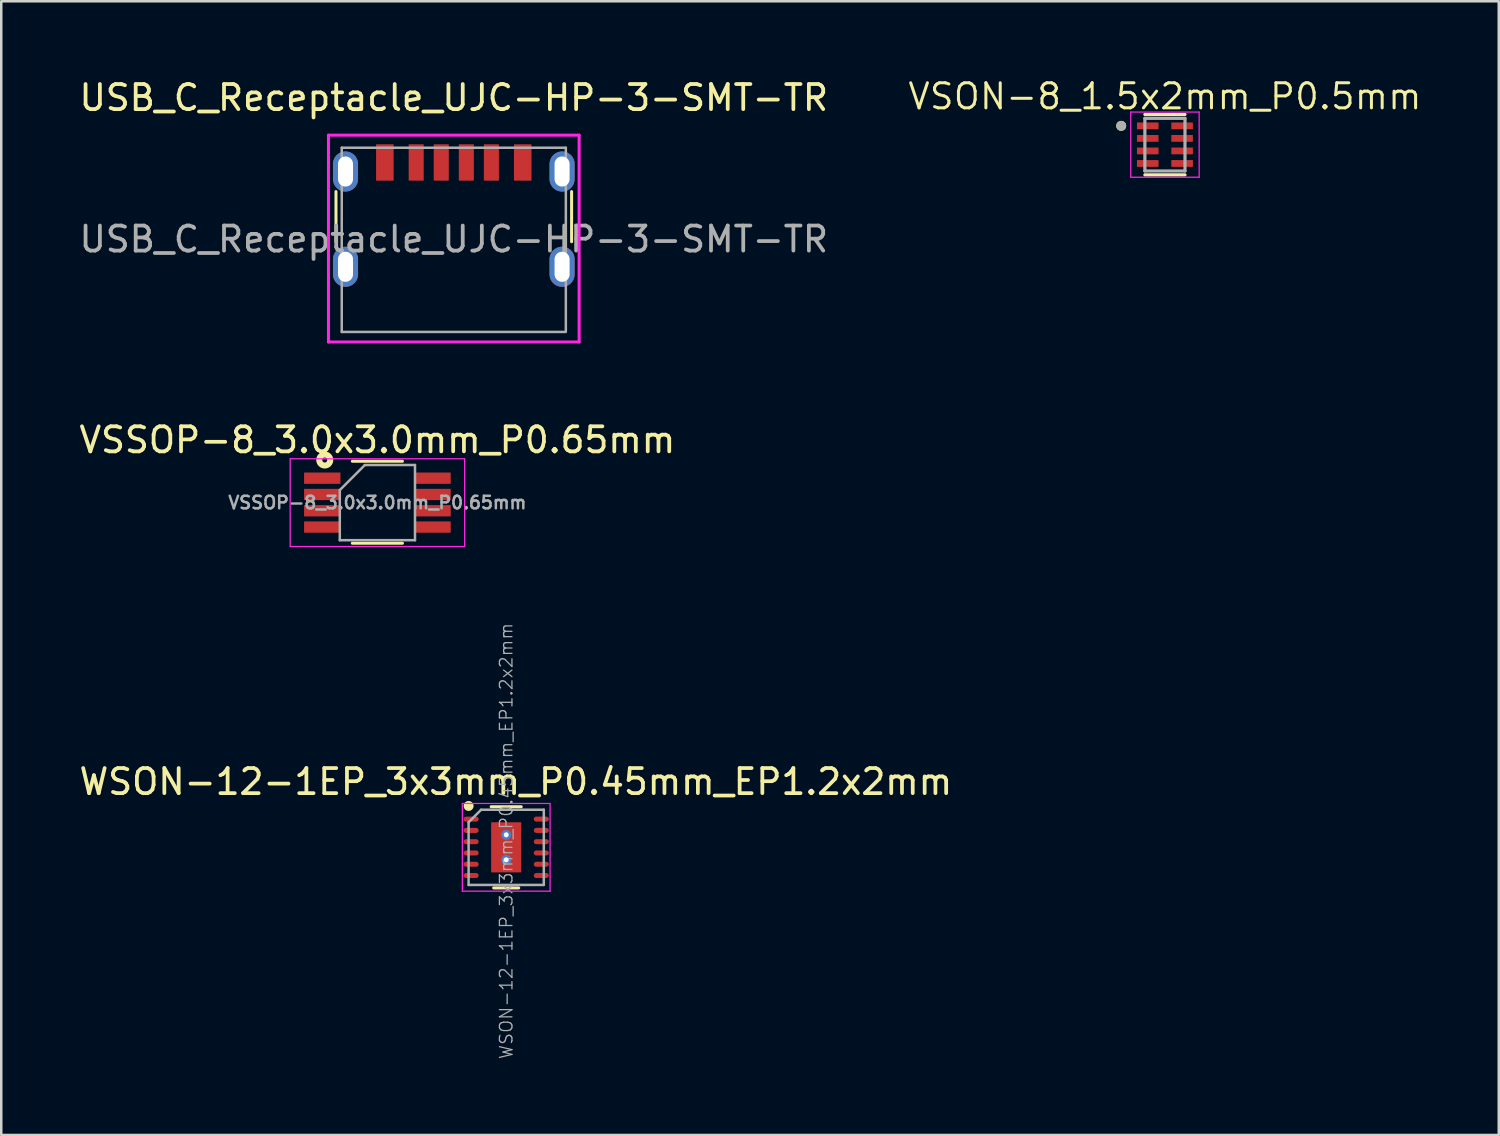
<source format=kicad_pcb>
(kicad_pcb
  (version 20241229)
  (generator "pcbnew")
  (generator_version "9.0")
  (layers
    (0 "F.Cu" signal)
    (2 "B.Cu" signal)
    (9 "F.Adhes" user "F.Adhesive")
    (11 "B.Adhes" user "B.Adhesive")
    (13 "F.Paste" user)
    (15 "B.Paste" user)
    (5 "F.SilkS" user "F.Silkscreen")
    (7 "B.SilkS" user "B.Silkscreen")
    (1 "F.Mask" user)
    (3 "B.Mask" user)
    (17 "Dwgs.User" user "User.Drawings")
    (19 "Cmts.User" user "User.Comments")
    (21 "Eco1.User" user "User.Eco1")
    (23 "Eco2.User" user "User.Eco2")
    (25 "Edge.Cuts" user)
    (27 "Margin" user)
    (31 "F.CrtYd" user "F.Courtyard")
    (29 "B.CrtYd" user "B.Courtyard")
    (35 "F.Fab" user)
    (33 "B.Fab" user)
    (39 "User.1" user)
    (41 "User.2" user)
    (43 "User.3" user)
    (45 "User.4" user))
  (footprint "USB_C_Receptacle_UJC-HP-3-SMT-TR"
    (layer "F.Cu")
    (at 15.054 7.593)
    (property "Reference" "USB_C_Receptacle_UJC-HP-3-SMT-TR" (at 0 -6.745 0) (layer "F.SilkS") (effects (font (size 1 1) (thickness 0.15))))
    (attr smd)
    (fp_line (start -4.7 -3) (end -4.7 -1) (stroke (width 0.12) (type solid)) (layer "F.SilkS"))
    (fp_line (start 4.7 -3) (end 4.7 -1) (stroke (width 0.12) (type solid)) (layer "F.SilkS"))
    (fp_line (start -5 -5.25) (end 5 -5.25) (stroke (width 0.12) (type solid)) (layer "F.CrtYd"))
    (fp_line (start -5 3) (end -5 -5.25) (stroke (width 0.12) (type solid)) (layer "F.CrtYd"))
    (fp_line (start 5 -5.25) (end 5 3) (stroke (width 0.12) (type solid)) (layer "F.CrtYd"))
    (fp_line (start 5 3) (end -5 3) (stroke (width 0.12) (type solid)) (layer "F.CrtYd"))
    (fp_line (start -4.47 -4.75) (end -4.47 2.6) (stroke (width 0.1) (type solid)) (layer "F.Fab"))
    (fp_line (start -4.47 -4.75) (end 4.47 -4.75) (stroke (width 0.1) (type solid)) (layer "F.Fab"))
    (fp_line (start -4.47 2.6) (end 4.47 2.6) (stroke (width 0.1) (type solid)) (layer "F.Fab"))
    (fp_line (start 4.47 -4.75) (end 4.47 2.55) (stroke (width 0.1) (type solid)) (layer "F.Fab"))
    (fp_text user "${REFERENCE}" (at 0 -1.1 0) (layer "F.Fab") (effects (font (size 1 1) (thickness 0.15))))
    (pad "A1" smd rect (at 2.75 -4.162) (size 0.7 1.45) (layers "F.Cu" "F.Mask" "F.Paste"))
    (pad "A5" smd rect (at 0.5 -4.162) (size 0.6 1.45) (layers "F.Cu" "F.Mask" "F.Paste"))
    (pad "A9" smd rect (at 1.5 -4.162) (size 0.6 1.45) (layers "F.Cu" "F.Mask" "F.Paste"))
    (pad "B1" smd rect (at -2.75 -4.162) (size 0.7 1.45) (layers "F.Cu" "F.Mask" "F.Paste"))
    (pad "B5" smd rect (at -0.5 -4.162) (size 0.6 1.45) (layers "F.Cu" "F.Mask" "F.Paste"))
    (pad "B9" smd rect (at -1.5 -4.162) (size 0.6 1.45) (layers "F.Cu" "F.Mask" "F.Paste"))
    (pad "S1" thru_hole oval (at -4.32 -3.8) (size 1 1.6) (drill oval 0.6 1.2) (layers "*.Cu" "*.Mask"))
    (pad "S1" thru_hole oval (at -4.32 0) (size 1 1.6) (drill oval 0.6 1.2) (layers "*.Cu" "*.Mask"))
    (pad "S1" thru_hole oval (at 4.32 -3.8) (size 1 1.6) (drill oval 0.6 1.2) (layers "*.Cu" "*.Mask"))
    (pad "S1" thru_hole oval (at 4.32 0) (size 1 1.6) (drill oval 0.6 1.2) (layers "*.Cu" "*.Mask")))
  (footprint "VSON-8_1.5x2mm_P0.5mm"
    (layer "F.Cu")
    (at 43.425 2.721)
    (property "Reference" "VSON-8_1.5x2mm_P0.5mm" (at 0 -1.925 0) (layer "F.SilkS") (effects (font (size 1 1) (thickness 0.12))))
    (attr through_hole)
    (fp_line (start -0.8 -1.205) (end 0.8 -1.205) (stroke (width 0.127) (type solid)) (layer "F.SilkS"))
    (fp_line (start -0.8 1.205) (end 0.8 1.205) (stroke (width 0.127) (type solid)) (layer "F.SilkS"))
    (fp_circle (center -1.745 -0.75) (end -1.645 -0.75) (stroke (width 0.2) (type solid)) (fill no) (layer "F.SilkS"))
    (fp_line (start -1.365 -1.3) (end -1.365 1.3) (stroke (width 0.05) (type solid)) (layer "F.CrtYd"))
    (fp_line (start -1.365 -1.3) (end 1.365 -1.3) (stroke (width 0.05) (type solid)) (layer "F.CrtYd"))
    (fp_line (start -1.365 1.3) (end 1.365 1.3) (stroke (width 0.05) (type solid)) (layer "F.CrtYd"))
    (fp_line (start 1.365 -1.3) (end 1.365 1.3) (stroke (width 0.05) (type solid)) (layer "F.CrtYd"))
    (fp_line (start -0.8 -1.05) (end -0.8 1.05) (stroke (width 0.127) (type solid)) (layer "F.Fab"))
    (fp_line (start -0.8 -1.05) (end 0.8 -1.05) (stroke (width 0.127) (type solid)) (layer "F.Fab"))
    (fp_line (start -0.8 1.05) (end 0.8 1.05) (stroke (width 0.127) (type solid)) (layer "F.Fab"))
    (fp_line (start 0.8 -1.05) (end 0.8 1.05) (stroke (width 0.127) (type solid)) (layer "F.Fab"))
    (fp_circle (center -1.745 -0.75) (end -1.645 -0.75) (stroke (width 0.2) (type solid)) (fill no) (layer "F.Fab"))
    (pad "1" smd rect (at -0.685 -0.75) (size 0.86 0.27) (layers "F.Cu" "F.Mask" "F.Paste"))
    (pad "2" smd rect (at -0.685 -0.25) (size 0.86 0.27) (layers "F.Cu" "F.Mask" "F.Paste"))
    (pad "3" smd rect (at -0.685 0.25) (size 0.86 0.27) (layers "F.Cu" "F.Mask" "F.Paste"))
    (pad "4" smd rect (at -0.685 0.75) (size 0.86 0.27) (layers "F.Cu" "F.Mask" "F.Paste"))
    (pad "5" smd rect (at 0.685 0.75) (size 0.86 0.27) (layers "F.Cu" "F.Mask" "F.Paste"))
    (pad "6" smd rect (at 0.685 0.25) (size 0.86 0.27) (layers "F.Cu" "F.Mask" "F.Paste"))
    (pad "7" smd rect (at 0.685 -0.25) (size 0.86 0.27) (layers "F.Cu" "F.Mask" "F.Paste"))
    (pad "8" smd rect (at 0.685 -0.75) (size 0.86 0.27) (layers "F.Cu" "F.Mask" "F.Paste")))
  (footprint "VSSOP-8_3.0x3.0mm_P0.65mm"
    (layer "F.Cu")
    (at 12.006 17.002)
    (property "Reference" "VSSOP-8_3.0x3.0mm_P0.65mm" (at 0 -2.5 0) (layer "F.SilkS") (effects (font (size 1 1) (thickness 0.15))))
    (attr smd)
    (fp_line (start 1 -1.65) (end -1 -1.65) (stroke (width 0.12) (type solid)) (layer "F.SilkS"))
    (fp_line (start 1 1.62) (end -1 1.62) (stroke (width 0.12) (type solid)) (layer "F.SilkS"))
    (fp_circle (center -2.1 -1.7) (end -2 -1.7) (stroke (width 0.24) (type solid)) (fill no) (layer "F.SilkS"))
    (fp_line (start -3.48 -1.75) (end 3.48 -1.75) (stroke (width 0.05) (type solid)) (layer "F.CrtYd"))
    (fp_line (start -3.48 1.75) (end -3.48 -1.75) (stroke (width 0.05) (type solid)) (layer "F.CrtYd"))
    (fp_line (start 3.48 -1.75) (end 3.48 1.75) (stroke (width 0.05) (type solid)) (layer "F.CrtYd"))
    (fp_line (start 3.48 1.75) (end -3.48 1.75) (stroke (width 0.05) (type solid)) (layer "F.CrtYd"))
    (fp_line (start -1.5 1.5) (end -1.5 -0.5) (stroke (width 0.1) (type solid)) (layer "F.Fab"))
    (fp_line (start -0.5 -1.5) (end -1.5 -0.5) (stroke (width 0.1) (type solid)) (layer "F.Fab"))
    (fp_line (start -0.5 -1.5) (end 1.5 -1.5) (stroke (width 0.1) (type solid)) (layer "F.Fab"))
    (fp_line (start 1.5 -1.5) (end 1.5 1.5) (stroke (width 0.1) (type solid)) (layer "F.Fab"))
    (fp_line (start 1.5 1.5) (end -1.5 1.5) (stroke (width 0.1) (type solid)) (layer "F.Fab"))
    (fp_text user "${REFERENCE}" (at 0 0 0) (layer "F.Fab") (effects (font (size 0.5 0.5) (thickness 0.1))))
    (pad "1" smd rect (at -2.2 -0.975 270) (size 0.45 1.45) (layers "F.Cu" "F.Mask" "F.Paste"))
    (pad "2" smd rect (at -2.2 -0.325 270) (size 0.45 1.45) (layers "F.Cu" "F.Mask" "F.Paste"))
    (pad "3" smd rect (at -2.2 0.325 270) (size 0.45 1.45) (layers "F.Cu" "F.Mask" "F.Paste"))
    (pad "4" smd rect (at -2.2 0.975 270) (size 0.45 1.45) (layers "F.Cu" "F.Mask" "F.Paste"))
    (pad "5" smd rect (at 2.2 0.975 270) (size 0.45 1.45) (layers "F.Cu" "F.Mask" "F.Paste"))
    (pad "6" smd rect (at 2.2 0.325 270) (size 0.45 1.45) (layers "F.Cu" "F.Mask" "F.Paste"))
    (pad "7" smd rect (at 2.2 -0.325 270) (size 0.45 1.45) (layers "F.Cu" "F.Mask" "F.Paste"))
    (pad "8" smd rect (at 2.2 -0.975 270) (size 0.45 1.45) (layers "F.Cu" "F.Mask" "F.Paste")))
  (footprint "WSON-12-1EP_3x3mm_P0.45mm_EP1.2x2mm"
    (layer "F.Cu")
    (at 17.145 30.754)
    (property "Reference" "WSON-12-1EP_3x3mm_P0.45mm_EP1.2x2mm" (at 0.385 -2.617 0) (layer "F.SilkS") (effects (font (size 1 1) (thickness 0.15))))
    (attr smd)
    (fp_line (start -0.6 -1.62) (end 0.6 -1.62) (stroke (width 0.12) (type solid)) (layer "F.SilkS"))
    (fp_line (start 0.5 1.62) (end -0.5 1.62) (stroke (width 0.12) (type solid)) (layer "F.SilkS"))
    (fp_circle (center -1.5 -1.65) (end -1.4 -1.65) (stroke (width 0.2) (type solid)) (fill no) (layer "F.SilkS"))
    (fp_line (start -1.75 -1.75) (end 1.75 -1.75) (stroke (width 0.05) (type solid)) (layer "F.CrtYd"))
    (fp_line (start -1.75 1.75) (end -1.75 -1.75) (stroke (width 0.05) (type solid)) (layer "F.CrtYd"))
    (fp_line (start 1.75 -1.75) (end 1.75 1.75) (stroke (width 0.05) (type solid)) (layer "F.CrtYd"))
    (fp_line (start 1.75 1.75) (end -1.75 1.75) (stroke (width 0.05) (type solid)) (layer "F.CrtYd"))
    (fp_line (start -1.5 -1) (end -1.5 1.5) (stroke (width 0.1) (type solid)) (layer "F.Fab"))
    (fp_line (start -1.5 -1) (end -1 -1.5) (stroke (width 0.1) (type solid)) (layer "F.Fab"))
    (fp_line (start 1.5 -1.5) (end -1 -1.5) (stroke (width 0.1) (type solid)) (layer "F.Fab"))
    (fp_line (start 1.5 1.5) (end -1.5 1.5) (stroke (width 0.1) (type solid)) (layer "F.Fab"))
    (fp_line (start 1.5 1.5) (end 1.5 -1.5) (stroke (width 0.1) (type solid)) (layer "F.Fab"))
    (fp_text user "${REFERENCE}" (at 0 -0.25 90) (layer "F.Fab") (effects (font (size 0.5 0.5) (thickness 0.05))))
    (pad "1" smd roundrect (at -1.4 -1.125) (size 0.6 0.2) (layers "F.Cu" "F.Mask" "F.Paste") (roundrect_rratio 0.5))
    (pad "2" smd roundrect (at -1.4 -0.675) (size 0.6 0.2) (layers "F.Cu" "F.Mask" "F.Paste") (roundrect_rratio 0.5))
    (pad "3" smd roundrect (at -1.4 -0.225) (size 0.6 0.2) (layers "F.Cu" "F.Mask" "F.Paste") (roundrect_rratio 0.5))
    (pad "4" smd roundrect (at -1.4 0.225) (size 0.6 0.2) (layers "F.Cu" "F.Mask" "F.Paste") (roundrect_rratio 0.5))
    (pad "5" smd roundrect (at -1.4 0.675) (size 0.6 0.2) (layers "F.Cu" "F.Mask" "F.Paste") (roundrect_rratio 0.5))
    (pad "6" smd roundrect (at -1.4 1.125) (size 0.6 0.2) (layers "F.Cu" "F.Mask" "F.Paste") (roundrect_rratio 0.5))
    (pad "7" smd roundrect (at 1.4 1.125) (size 0.6 0.2) (layers "F.Cu" "F.Mask" "F.Paste") (roundrect_rratio 0.5))
    (pad "8" smd roundrect (at 1.4 0.675) (size 0.6 0.2) (layers "F.Cu" "F.Mask" "F.Paste") (roundrect_rratio 0.5))
    (pad "9" smd roundrect (at 1.4 0.225) (size 0.6 0.2) (layers "F.Cu" "F.Mask" "F.Paste") (roundrect_rratio 0.5))
    (pad "10" smd roundrect (at 1.4 -0.225) (size 0.6 0.2) (layers "F.Cu" "F.Mask" "F.Paste") (roundrect_rratio 0.5))
    (pad "11" smd roundrect (at 1.4 -0.675) (size 0.6 0.2) (layers "F.Cu" "F.Mask" "F.Paste") (roundrect_rratio 0.5))
    (pad "12" smd roundrect (at 1.4 -1.125) (size 0.6 0.2) (layers "F.Cu" "F.Mask" "F.Paste") (roundrect_rratio 0.5))
    (pad "13" thru_hole circle (at 0 -0.5) (size 0.4 0.4) (drill 0.2) (layers "*.Cu" "*.Mask"))
    (pad "13" smd rect (at 0 0) (size 1.2 2) (layers "F.Cu" "F.Mask" "F.Paste"))
    (pad "13" thru_hole circle (at 0 0.5) (size 0.4 0.4) (drill 0.2) (layers "*.Cu" "*.Mask")))
  (gr_rect
    (start -3 -3)
    (end 56.743 42.231)
    (stroke (width 0.1) (type default))
    (fill no)
    (layer "Edge.Cuts")))
</source>
